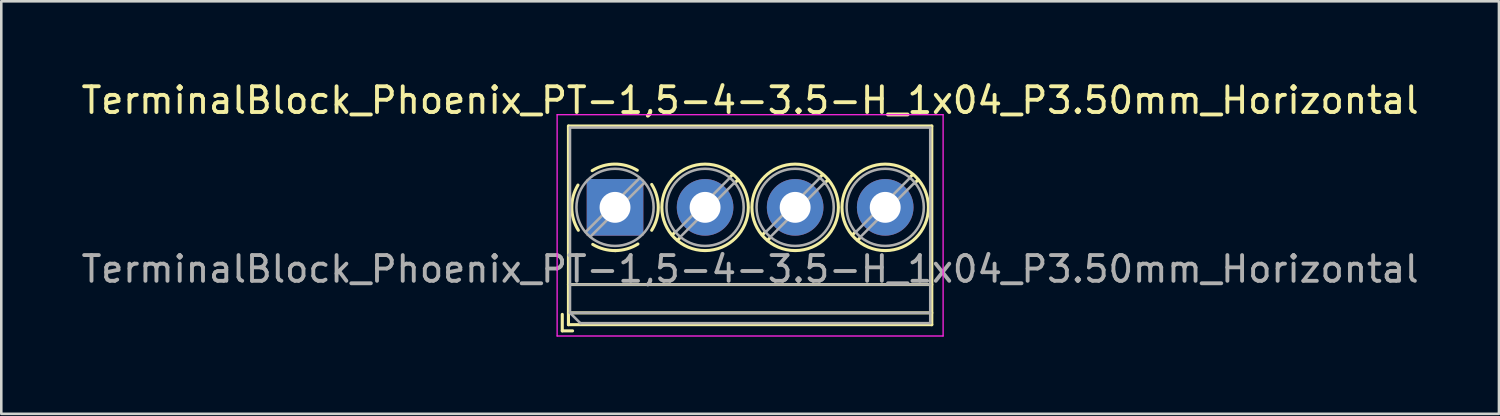
<source format=kicad_pcb>
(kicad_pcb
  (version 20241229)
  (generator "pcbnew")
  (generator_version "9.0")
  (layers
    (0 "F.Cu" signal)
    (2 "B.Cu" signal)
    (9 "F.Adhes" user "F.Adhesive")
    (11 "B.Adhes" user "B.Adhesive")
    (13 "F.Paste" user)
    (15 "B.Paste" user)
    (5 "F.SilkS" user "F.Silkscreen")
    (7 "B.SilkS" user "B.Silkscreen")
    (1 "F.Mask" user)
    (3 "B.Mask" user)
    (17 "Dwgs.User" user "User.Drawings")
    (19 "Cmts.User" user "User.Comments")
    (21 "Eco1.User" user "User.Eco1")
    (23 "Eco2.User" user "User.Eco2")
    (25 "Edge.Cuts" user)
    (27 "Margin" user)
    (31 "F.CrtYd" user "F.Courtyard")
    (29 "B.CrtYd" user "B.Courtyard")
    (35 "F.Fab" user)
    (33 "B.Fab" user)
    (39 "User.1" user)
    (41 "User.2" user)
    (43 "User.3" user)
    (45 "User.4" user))
  (footprint "TerminalBlock_Phoenix_PT-1,5-4-3.5-H_1x04_P3.50mm_Horizontal"
    (layer "F.Cu")
    (at 20.851 5.008)
    (property "Reference" "TerminalBlock_Phoenix_PT-1,5-4-3.5-H_1x04_P3.50mm_Horizontal" (at 5.25 -4.16 0) (layer "F.SilkS") (effects (font (size 1 1) (thickness 0.15))))
    (attr through_hole)
    (fp_line (start -2.05 4.16) (end -2.05 4.8) (stroke (width 0.12) (type solid)) (layer "F.SilkS"))
    (fp_line (start -2.05 4.8) (end -1.65 4.8) (stroke (width 0.12) (type solid)) (layer "F.SilkS"))
    (fp_line (start -1.81 -3.16) (end -1.81 4.56) (stroke (width 0.12) (type solid)) (layer "F.SilkS"))
    (fp_line (start -1.81 -3.16) (end 12.31 -3.16) (stroke (width 0.12) (type solid)) (layer "F.SilkS"))
    (fp_line (start -1.81 3) (end 12.31 3) (stroke (width 0.12) (type solid)) (layer "F.SilkS"))
    (fp_line (start -1.81 4.1) (end 12.31 4.1) (stroke (width 0.12) (type solid)) (layer "F.SilkS"))
    (fp_line (start -1.81 4.56) (end 12.31 4.56) (stroke (width 0.12) (type solid)) (layer "F.SilkS"))
    (fp_line (start 2.355 0.941) (end 2.226 1.069) (stroke (width 0.12) (type solid)) (layer "F.SilkS"))
    (fp_line (start 2.525 1.181) (end 2.431 1.274) (stroke (width 0.12) (type solid)) (layer "F.SilkS"))
    (fp_line (start 4.57 -1.275) (end 4.476 -1.181) (stroke (width 0.12) (type solid)) (layer "F.SilkS"))
    (fp_line (start 4.775 -1.069) (end 4.646 -0.941) (stroke (width 0.12) (type solid)) (layer "F.SilkS"))
    (fp_line (start 5.855 0.941) (end 5.726 1.069) (stroke (width 0.12) (type solid)) (layer "F.SilkS"))
    (fp_line (start 6.025 1.181) (end 5.931 1.274) (stroke (width 0.12) (type solid)) (layer "F.SilkS"))
    (fp_line (start 8.07 -1.275) (end 7.976 -1.181) (stroke (width 0.12) (type solid)) (layer "F.SilkS"))
    (fp_line (start 8.275 -1.069) (end 8.146 -0.941) (stroke (width 0.12) (type solid)) (layer "F.SilkS"))
    (fp_line (start 9.355 0.941) (end 9.226 1.069) (stroke (width 0.12) (type solid)) (layer "F.SilkS"))
    (fp_line (start 9.525 1.181) (end 9.431 1.274) (stroke (width 0.12) (type solid)) (layer "F.SilkS"))
    (fp_line (start 11.57 -1.275) (end 11.476 -1.181) (stroke (width 0.12) (type solid)) (layer "F.SilkS"))
    (fp_line (start 11.775 -1.069) (end 11.646 -0.941) (stroke (width 0.12) (type solid)) (layer "F.SilkS"))
    (fp_line (start 12.31 -3.16) (end 12.31 4.56) (stroke (width 0.12) (type solid)) (layer "F.SilkS"))
    (fp_arc (start -1.425358 0.889894) (mid -1.680286 0.014012) (end -1.44 -0.866) (stroke (width 0.12) (type solid)) (layer "F.SilkS"))
    (fp_arc (start -0.889894 -1.425358) (mid -0.014012 -1.680286) (end 0.866 -1.44) (stroke (width 0.12) (type solid)) (layer "F.SilkS"))
    (fp_arc (start 0.028674 1.680099) (mid -0.435535 1.622918) (end -0.866 1.44) (stroke (width 0.12) (type solid)) (layer "F.SilkS"))
    (fp_arc (start 0.890264 1.424721) (mid 0.463071 1.61492) (end 0 1.68) (stroke (width 0.12) (type solid)) (layer "F.SilkS"))
    (fp_arc (start 1.425504 -0.890193) (mid 1.680626 0.000476) (end 1.425 0.891) (stroke (width 0.12) (type solid)) (layer "F.SilkS"))
    (fp_circle (center 3.5 0) (end 5.18 0) (stroke (width 0.12) (type solid)) (fill no) (layer "F.SilkS"))
    (fp_circle (center 7 0) (end 8.68 0) (stroke (width 0.12) (type solid)) (fill no) (layer "F.SilkS"))
    (fp_circle (center 10.5 0) (end 12.18 0) (stroke (width 0.12) (type solid)) (fill no) (layer "F.SilkS"))
    (fp_line (start -2.25 -3.6) (end -2.25 5) (stroke (width 0.05) (type solid)) (layer "F.CrtYd"))
    (fp_line (start -2.25 5) (end 12.75 5) (stroke (width 0.05) (type solid)) (layer "F.CrtYd"))
    (fp_line (start 12.75 -3.6) (end -2.25 -3.6) (stroke (width 0.05) (type solid)) (layer "F.CrtYd"))
    (fp_line (start 12.75 5) (end 12.75 -3.6) (stroke (width 0.05) (type solid)) (layer "F.CrtYd"))
    (fp_line (start -1.75 -3.1) (end 12.25 -3.1) (stroke (width 0.1) (type solid)) (layer "F.Fab"))
    (fp_line (start -1.75 3) (end 12.25 3) (stroke (width 0.1) (type solid)) (layer "F.Fab"))
    (fp_line (start -1.75 4.1) (end -1.75 -3.1) (stroke (width 0.1) (type solid)) (layer "F.Fab"))
    (fp_line (start -1.75 4.1) (end 12.25 4.1) (stroke (width 0.1) (type solid)) (layer "F.Fab"))
    (fp_line (start -1.35 4.5) (end -1.75 4.1) (stroke (width 0.1) (type solid)) (layer "F.Fab"))
    (fp_line (start 0.955 -1.138) (end -1.138 0.955) (stroke (width 0.1) (type solid)) (layer "F.Fab"))
    (fp_line (start 1.138 -0.955) (end -0.955 1.138) (stroke (width 0.1) (type solid)) (layer "F.Fab"))
    (fp_line (start 4.455 -1.138) (end 2.363 0.955) (stroke (width 0.1) (type solid)) (layer "F.Fab"))
    (fp_line (start 4.638 -0.955) (end 2.546 1.138) (stroke (width 0.1) (type solid)) (layer "F.Fab"))
    (fp_line (start 7.955 -1.138) (end 5.863 0.955) (stroke (width 0.1) (type solid)) (layer "F.Fab"))
    (fp_line (start 8.138 -0.955) (end 6.046 1.138) (stroke (width 0.1) (type solid)) (layer "F.Fab"))
    (fp_line (start 11.455 -1.138) (end 9.363 0.955) (stroke (width 0.1) (type solid)) (layer "F.Fab"))
    (fp_line (start 11.638 -0.955) (end 9.546 1.138) (stroke (width 0.1) (type solid)) (layer "F.Fab"))
    (fp_line (start 12.25 -3.1) (end 12.25 4.5) (stroke (width 0.1) (type solid)) (layer "F.Fab"))
    (fp_line (start 12.25 4.5) (end -1.35 4.5) (stroke (width 0.1) (type solid)) (layer "F.Fab"))
    (fp_circle (center 0 0) (end 1.5 0) (stroke (width 0.1) (type solid)) (fill no) (layer "F.Fab"))
    (fp_circle (center 3.5 0) (end 5 0) (stroke (width 0.1) (type solid)) (fill no) (layer "F.Fab"))
    (fp_circle (center 7 0) (end 8.5 0) (stroke (width 0.1) (type solid)) (fill no) (layer "F.Fab"))
    (fp_circle (center 10.5 0) (end 12 0) (stroke (width 0.1) (type solid)) (fill no) (layer "F.Fab"))
    (fp_text user "${REFERENCE}" (at 5.25 2.4 0) (layer "F.Fab") (effects (font (size 1 1) (thickness 0.15))))
    (pad "1" thru_hole rect (at 0 0) (size 2.2 2.2) (drill 1.2) (layers "*.Cu" "*.Mask"))
    (pad "2" thru_hole circle (at 3.5 0) (size 2.2 2.2) (drill 1.2) (layers "*.Cu" "*.Mask"))
    (pad "3" thru_hole circle (at 7 0) (size 2.2 2.2) (drill 1.2) (layers "*.Cu" "*.Mask"))
    (pad "4" thru_hole circle (at 10.5 0) (size 2.2 2.2) (drill 1.2) (layers "*.Cu" "*.Mask")))
  (gr_rect
    (start -3 -3)
    (end 55.202 13.033)
    (stroke (width 0.1) (type default))
    (fill no)
    (layer "Edge.Cuts")))
</source>
